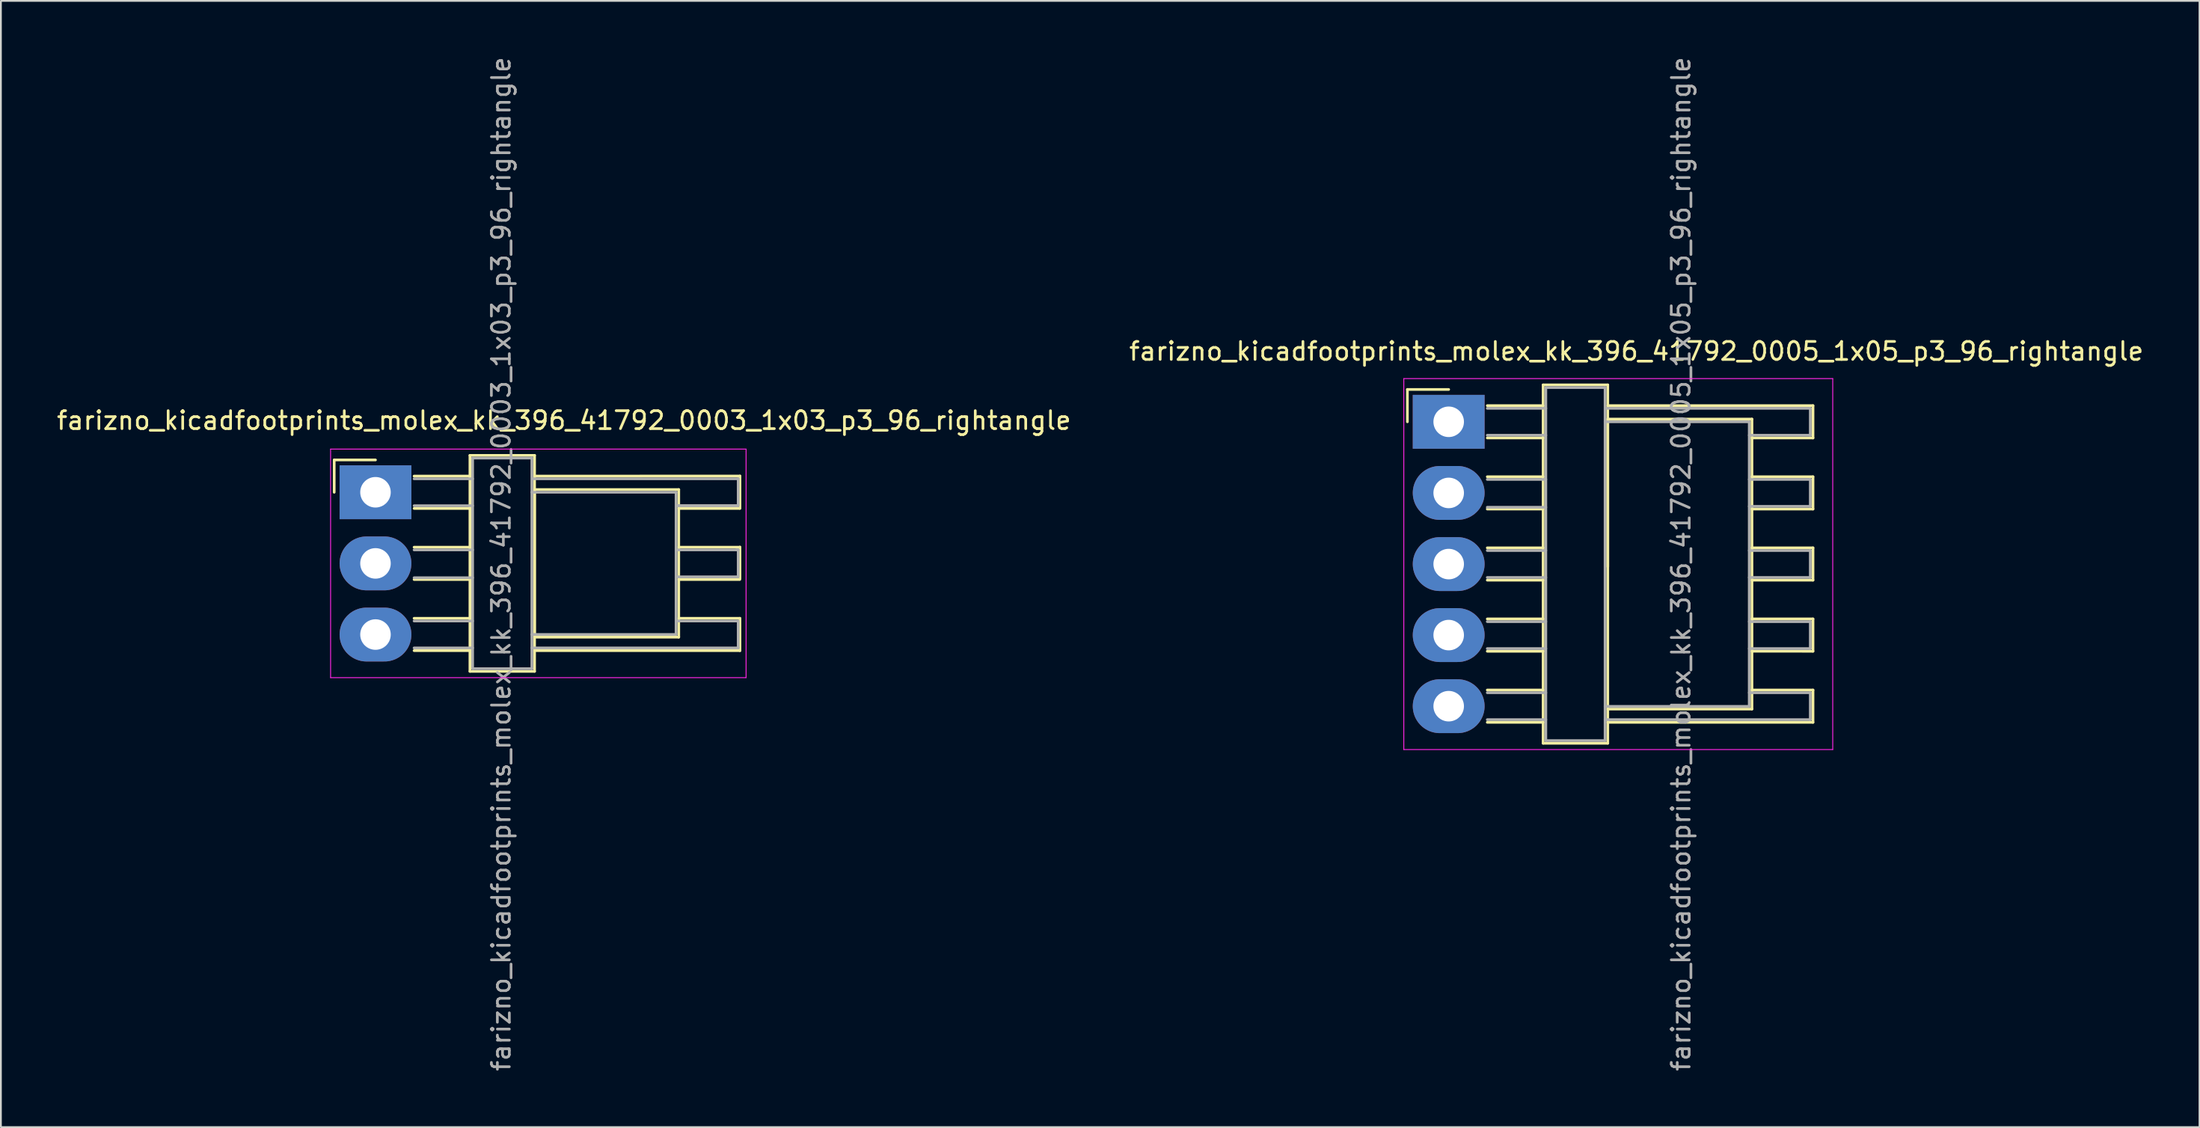
<source format=kicad_pcb>
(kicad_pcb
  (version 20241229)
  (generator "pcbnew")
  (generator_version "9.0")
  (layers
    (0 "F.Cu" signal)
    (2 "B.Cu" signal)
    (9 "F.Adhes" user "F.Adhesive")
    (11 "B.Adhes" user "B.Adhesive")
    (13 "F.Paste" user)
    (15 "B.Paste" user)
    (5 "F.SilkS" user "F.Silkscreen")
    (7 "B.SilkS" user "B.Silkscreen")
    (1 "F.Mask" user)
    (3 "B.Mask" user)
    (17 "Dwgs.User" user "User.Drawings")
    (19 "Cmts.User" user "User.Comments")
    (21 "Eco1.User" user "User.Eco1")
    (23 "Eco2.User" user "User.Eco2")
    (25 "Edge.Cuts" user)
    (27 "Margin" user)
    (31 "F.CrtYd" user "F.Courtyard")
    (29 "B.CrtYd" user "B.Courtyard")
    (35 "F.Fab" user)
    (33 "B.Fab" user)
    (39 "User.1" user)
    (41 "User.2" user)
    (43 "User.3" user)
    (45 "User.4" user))
  (footprint "farizno_kicadfootprints_molex_kk_396_41792_0005_1x05_p3_96_rightangle"
    (layer "F.Cu")
    (at 77.635 20.443)
    (property "Reference" "farizno_kicadfootprints_molex_kk_396_41792_0005_1x05_p3_96_rightangle" (at 10.454 -3.929 0) (layer "F.SilkS") (effects (font (size 1 1) (thickness 0.15))))
    (attr through_hole)
    (fp_line (start -2.3 -1.8) (end 0 -1.8) (stroke (width 0.15) (type solid)) (layer "F.SilkS"))
    (fp_line (start -2.3 0) (end -2.3 -1.8) (stroke (width 0.15) (type solid)) (layer "F.SilkS"))
    (fp_line (start 2.15 0.9) (end 5.26 0.9) (stroke (width 0.15) (type solid)) (layer "F.SilkS"))
    (fp_line (start 2.15 3.06) (end 5.26 3.06) (stroke (width 0.15) (type solid)) (layer "F.SilkS"))
    (fp_line (start 2.15 4.86) (end 5.26 4.86) (stroke (width 0.15) (type solid)) (layer "F.SilkS"))
    (fp_line (start 2.15 7.02) (end 5.26 7.02) (stroke (width 0.15) (type solid)) (layer "F.SilkS"))
    (fp_line (start 2.15 8.82) (end 5.26 8.82) (stroke (width 0.15) (type solid)) (layer "F.SilkS"))
    (fp_line (start 2.15 10.98) (end 5.26 10.98) (stroke (width 0.15) (type solid)) (layer "F.SilkS"))
    (fp_line (start 2.15 12.78) (end 5.26 12.78) (stroke (width 0.15) (type solid)) (layer "F.SilkS"))
    (fp_line (start 2.15 14.94) (end 5.26 14.94) (stroke (width 0.15) (type solid)) (layer "F.SilkS"))
    (fp_line (start 2.15 16.74) (end 5.26 16.74) (stroke (width 0.15) (type solid)) (layer "F.SilkS"))
    (fp_line (start 5.26 -2.055) (end 5.26 17.904) (stroke (width 0.15) (type solid)) (layer "F.SilkS"))
    (fp_line (start 5.26 -0.9) (end 2.15 -0.9) (stroke (width 0.15) (type solid)) (layer "F.SilkS"))
    (fp_line (start 8.86 -2.055) (end 5.26 -2.055) (stroke (width 0.15) (type solid)) (layer "F.SilkS"))
    (fp_line (start 8.86 -2.055) (end 8.86 17.904) (stroke (width 0.15) (type solid)) (layer "F.SilkS"))
    (fp_line (start 8.86 -0.9) (end 20.29 -0.9) (stroke (width 0.15) (type solid)) (layer "F.SilkS"))
    (fp_line (start 8.86 -0.15) (end 16.89 -0.15) (stroke (width 0.15) (type solid)) (layer "F.SilkS"))
    (fp_line (start 8.86 8.07) (end 8.86 -0.15) (stroke (width 0.15) (type solid)) (layer "F.SilkS"))
    (fp_line (start 8.86 17.905) (end 5.26 17.905) (stroke (width 0.15) (type solid)) (layer "F.SilkS"))
    (fp_line (start 16.89 -0.15) (end 16.891 15.999) (stroke (width 0.15) (type solid)) (layer "F.SilkS"))
    (fp_line (start 16.89 0.9) (end 20.29 0.9) (stroke (width 0.15) (type solid)) (layer "F.SilkS"))
    (fp_line (start 16.89 3.06) (end 20.29 3.06) (stroke (width 0.15) (type solid)) (layer "F.SilkS"))
    (fp_line (start 16.89 7.02) (end 20.29 7.02) (stroke (width 0.15) (type solid)) (layer "F.SilkS"))
    (fp_line (start 16.89 10.98) (end 20.29 10.98) (stroke (width 0.15) (type solid)) (layer "F.SilkS"))
    (fp_line (start 16.89 14.94) (end 20.29 14.94) (stroke (width 0.15) (type solid)) (layer "F.SilkS"))
    (fp_line (start 16.89 16) (end 8.86 16) (stroke (width 0.15) (type solid)) (layer "F.SilkS"))
    (fp_line (start 20.29 0.9) (end 20.29 -0.9) (stroke (width 0.15) (type solid)) (layer "F.SilkS"))
    (fp_line (start 20.29 3.06) (end 20.29 4.86) (stroke (width 0.15) (type solid)) (layer "F.SilkS"))
    (fp_line (start 20.29 4.86) (end 16.89 4.86) (stroke (width 0.15) (type solid)) (layer "F.SilkS"))
    (fp_line (start 20.29 7.02) (end 20.29 8.82) (stroke (width 0.15) (type solid)) (layer "F.SilkS"))
    (fp_line (start 20.29 8.82) (end 16.89 8.82) (stroke (width 0.15) (type solid)) (layer "F.SilkS"))
    (fp_line (start 20.29 10.98) (end 20.29 12.78) (stroke (width 0.15) (type solid)) (layer "F.SilkS"))
    (fp_line (start 20.29 12.78) (end 16.891 12.779) (stroke (width 0.15) (type solid)) (layer "F.SilkS"))
    (fp_line (start 20.29 14.94) (end 20.29 16.74) (stroke (width 0.15) (type solid)) (layer "F.SilkS"))
    (fp_line (start 20.29 16.74) (end 8.86 16.74) (stroke (width 0.15) (type solid)) (layer "F.SilkS"))
    (fp_line (start -2.5 -2.405) (end 21.39 -2.405) (stroke (width 0.05) (type solid)) (layer "F.CrtYd"))
    (fp_line (start -2.5 18.255) (end -2.5 -2.405) (stroke (width 0.05) (type solid)) (layer "F.CrtYd"))
    (fp_line (start 21.39 -2.405) (end 21.39 18.255) (stroke (width 0.05) (type solid)) (layer "F.CrtYd"))
    (fp_line (start 21.39 18.255) (end -2.5 18.255) (stroke (width 0.05) (type solid)) (layer "F.CrtYd"))
    (fp_line (start 2.15 0.75) (end 5.41 0.75) (stroke (width 0.15) (type solid)) (layer "F.Fab"))
    (fp_line (start 2.15 3.21) (end 5.41 3.21) (stroke (width 0.15) (type solid)) (layer "F.Fab"))
    (fp_line (start 2.15 4.76) (end 5.41 4.76) (stroke (width 0.15) (type solid)) (layer "F.Fab"))
    (fp_line (start 2.15 7.17) (end 5.41 7.17) (stroke (width 0.15) (type solid)) (layer "F.Fab"))
    (fp_line (start 2.15 8.67) (end 5.41 8.67) (stroke (width 0.15) (type solid)) (layer "F.Fab"))
    (fp_line (start 2.15 11.13) (end 5.41 11.13) (stroke (width 0.15) (type solid)) (layer "F.Fab"))
    (fp_line (start 2.15 12.63) (end 5.41 12.63) (stroke (width 0.15) (type solid)) (layer "F.Fab"))
    (fp_line (start 2.15 15.09) (end 5.41 15.09) (stroke (width 0.15) (type solid)) (layer "F.Fab"))
    (fp_line (start 2.15 16.59) (end 5.41 16.59) (stroke (width 0.15) (type solid)) (layer "F.Fab"))
    (fp_line (start 5.41 -1.905) (end 5.41 17.755) (stroke (width 0.15) (type solid)) (layer "F.Fab"))
    (fp_line (start 5.41 -0.75) (end 2.15 -0.75) (stroke (width 0.15) (type solid)) (layer "F.Fab"))
    (fp_line (start 5.41 17.755) (end 8.71 17.755) (stroke (width 0.15) (type solid)) (layer "F.Fab"))
    (fp_line (start 8.71 17.755) (end 8.71 -1.905) (stroke (width 0.15) (type solid)) (layer "F.Fab"))
    (fp_line (start 8.71 -1.905) (end 5.41 -1.905) (stroke (width 0.15) (type solid)) (layer "F.Fab"))
    (fp_line (start 8.71 0) (end 16.74 0) (stroke (width 0.15) (type solid)) (layer "F.Fab"))
    (fp_line (start 8.71 16.59) (end 20.14 16.59) (stroke (width 0.15) (type solid)) (layer "F.Fab"))
    (fp_line (start 16.74 0) (end 16.739 15.85) (stroke (width 0.15) (type solid)) (layer "F.Fab"))
    (fp_line (start 16.74 0.75) (end 20.14 0.75) (stroke (width 0.15) (type solid)) (layer "F.Fab"))
    (fp_line (start 16.74 3.21) (end 20.14 3.21) (stroke (width 0.15) (type solid)) (layer "F.Fab"))
    (fp_line (start 16.74 4.71) (end 20.14 4.71) (stroke (width 0.15) (type solid)) (layer "F.Fab"))
    (fp_line (start 16.74 7.17) (end 20.14 7.17) (stroke (width 0.15) (type solid)) (layer "F.Fab"))
    (fp_line (start 16.74 8.67) (end 20.14 8.67) (stroke (width 0.15) (type solid)) (layer "F.Fab"))
    (fp_line (start 16.74 12.63) (end 20.14 12.63) (stroke (width 0.15) (type solid)) (layer "F.Fab"))
    (fp_line (start 16.74 15.85) (end 8.71 15.85) (stroke (width 0.15) (type solid)) (layer "F.Fab"))
    (fp_line (start 20.14 -0.75) (end 8.8 -0.75) (stroke (width 0.15) (type solid)) (layer "F.Fab"))
    (fp_line (start 20.14 -0.75) (end 20.14 0.75) (stroke (width 0.15) (type solid)) (layer "F.Fab"))
    (fp_line (start 20.14 3.21) (end 20.14 4.71) (stroke (width 0.15) (type solid)) (layer "F.Fab"))
    (fp_line (start 20.14 8.67) (end 20.14 7.17) (stroke (width 0.15) (type solid)) (layer "F.Fab"))
    (fp_line (start 20.14 11.13) (end 16.74 11.13) (stroke (width 0.15) (type solid)) (layer "F.Fab"))
    (fp_line (start 20.14 12.63) (end 20.14 11.13) (stroke (width 0.15) (type solid)) (layer "F.Fab"))
    (fp_line (start 20.14 15.09) (end 16.74 15.09) (stroke (width 0.15) (type solid)) (layer "F.Fab"))
    (fp_line (start 20.14 16.59) (end 20.14 15.09) (stroke (width 0.15) (type solid)) (layer "F.Fab"))
    (fp_text user "${REFERENCE}" (at 12.941 7.92 270) (layer "F.Fab") (effects (font (size 1 1) (thickness 0.15))))
    (pad "1" thru_hole rect (at 0 0 270) (size 3 4) (drill 1.7) (layers "*.Cu" "*.Mask"))
    (pad "2" thru_hole oval (at 0 3.962 270) (size 3 4) (drill 1.7) (layers "*.Cu" "*.Mask"))
    (pad "3" thru_hole oval (at 0 7.925 270) (size 3 4) (drill 1.7) (layers "*.Cu" "*.Mask"))
    (pad "4" thru_hole oval (at 0 11.88 270) (size 3 4) (drill 1.7) (layers "*.Cu" "*.Mask"))
    (pad "5" thru_hole oval (at 0 15.84 270) (size 3 4) (drill 1.7) (layers "*.Cu" "*.Mask")))
  (footprint "farizno_kicadfootprints_molex_kk_396_41792_0003_1x03_p3_96_rightangle"
    (layer "F.Cu")
    (at 17.863 24.368)
    (property "Reference" "farizno_kicadfootprints_molex_kk_396_41792_0003_1x03_p3_96_rightangle" (at 10.5 -4 0) (layer "F.SilkS") (effects (font (size 1 1) (thickness 0.15))))
    (attr through_hole)
    (fp_line (start -2.3 -1.8) (end 0 -1.8) (stroke (width 0.15) (type solid)) (layer "F.SilkS"))
    (fp_line (start -2.3 0) (end -2.3 -1.8) (stroke (width 0.15) (type solid)) (layer "F.SilkS"))
    (fp_line (start 2.15 0.9) (end 5.26 0.9) (stroke (width 0.15) (type solid)) (layer "F.SilkS"))
    (fp_line (start 2.15 3.06) (end 5.26 3.06) (stroke (width 0.15) (type solid)) (layer "F.SilkS"))
    (fp_line (start 2.15 4.86) (end 5.26 4.86) (stroke (width 0.15) (type solid)) (layer "F.SilkS"))
    (fp_line (start 2.15 7.02) (end 5.26 7.02) (stroke (width 0.15) (type solid)) (layer "F.SilkS"))
    (fp_line (start 2.15 8.82) (end 5.26 8.82) (stroke (width 0.15) (type solid)) (layer "F.SilkS"))
    (fp_line (start 5.26 -2.055) (end 5.26 9.975) (stroke (width 0.15) (type solid)) (layer "F.SilkS"))
    (fp_line (start 5.26 -0.9) (end 2.15 -0.9) (stroke (width 0.15) (type solid)) (layer "F.SilkS"))
    (fp_line (start 5.26 9.975) (end 8.86 9.975) (stroke (width 0.15) (type solid)) (layer "F.SilkS"))
    (fp_line (start 8.86 -2.055) (end 5.26 -2.055) (stroke (width 0.15) (type solid)) (layer "F.SilkS"))
    (fp_line (start 8.86 -0.9) (end 20.3 -0.905) (stroke (width 0.15) (type solid)) (layer "F.SilkS"))
    (fp_line (start 8.86 -0.15) (end 16.89 -0.15) (stroke (width 0.15) (type solid)) (layer "F.SilkS"))
    (fp_line (start 8.86 8.07) (end 8.86 -0.15) (stroke (width 0.15) (type solid)) (layer "F.SilkS"))
    (fp_line (start 8.86 8.82) (end 20.3 8.82) (stroke (width 0.15) (type solid)) (layer "F.SilkS"))
    (fp_line (start 8.86 9.975) (end 8.86 -2.055) (stroke (width 0.15) (type solid)) (layer "F.SilkS"))
    (fp_line (start 16.89 -0.15) (end 16.89 8.07) (stroke (width 0.15) (type solid)) (layer "F.SilkS"))
    (fp_line (start 16.89 0.9) (end 20.29 0.9) (stroke (width 0.15) (type solid)) (layer "F.SilkS"))
    (fp_line (start 16.89 3.06) (end 20.29 3.06) (stroke (width 0.15) (type solid)) (layer "F.SilkS"))
    (fp_line (start 16.89 4.86) (end 20.29 4.86) (stroke (width 0.15) (type solid)) (layer "F.SilkS"))
    (fp_line (start 16.89 7.02) (end 20.29 7.02) (stroke (width 0.15) (type solid)) (layer "F.SilkS"))
    (fp_line (start 16.89 8.07) (end 8.86 8.07) (stroke (width 0.15) (type solid)) (layer "F.SilkS"))
    (fp_line (start 20.3 -0.905) (end 20.3 0.895) (stroke (width 0.15) (type solid)) (layer "F.SilkS"))
    (fp_line (start 20.3 4.81) (end 20.3 3.05) (stroke (width 0.15) (type solid)) (layer "F.SilkS"))
    (fp_line (start 20.3 8.82) (end 20.3 7.02) (stroke (width 0.15) (type solid)) (layer "F.SilkS"))
    (fp_line (start -2.5 -2.405) (end 20.64 -2.405) (stroke (width 0.05) (type solid)) (layer "F.CrtYd"))
    (fp_line (start -2.5 10.325) (end -2.5 -2.405) (stroke (width 0.05) (type solid)) (layer "F.CrtYd"))
    (fp_line (start 20.64 -2.405) (end 20.64 10.325) (stroke (width 0.05) (type solid)) (layer "F.CrtYd"))
    (fp_line (start 20.64 10.325) (end -2.5 10.325) (stroke (width 0.05) (type solid)) (layer "F.CrtYd"))
    (fp_line (start 2.15 0.75) (end 5.41 0.75) (stroke (width 0.15) (type solid)) (layer "F.Fab"))
    (fp_line (start 2.15 3.21) (end 5.41 3.21) (stroke (width 0.15) (type solid)) (layer "F.Fab"))
    (fp_line (start 2.15 4.76) (end 5.41 4.76) (stroke (width 0.15) (type solid)) (layer "F.Fab"))
    (fp_line (start 2.15 7.17) (end 5.41 7.17) (stroke (width 0.15) (type solid)) (layer "F.Fab"))
    (fp_line (start 2.15 8.67) (end 5.41 8.67) (stroke (width 0.15) (type solid)) (layer "F.Fab"))
    (fp_line (start 5.41 -1.905) (end 5.41 9.825) (stroke (width 0.15) (type solid)) (layer "F.Fab"))
    (fp_line (start 5.41 -0.75) (end 2.15 -0.75) (stroke (width 0.15) (type solid)) (layer "F.Fab"))
    (fp_line (start 5.41 9.825) (end 8.71 9.825) (stroke (width 0.15) (type solid)) (layer "F.Fab"))
    (fp_line (start 8.71 -1.905) (end 5.41 -1.905) (stroke (width 0.15) (type solid)) (layer "F.Fab"))
    (fp_line (start 8.71 0) (end 16.74 0) (stroke (width 0.15) (type solid)) (layer "F.Fab"))
    (fp_line (start 8.71 8.67) (end 20.2 8.67) (stroke (width 0.15) (type solid)) (layer "F.Fab"))
    (fp_line (start 8.71 9.825) (end 8.71 -1.905) (stroke (width 0.15) (type solid)) (layer "F.Fab"))
    (fp_line (start 16.74 0) (end 16.74 7.92) (stroke (width 0.15) (type solid)) (layer "F.Fab"))
    (fp_line (start 16.74 0.75) (end 20.14 0.75) (stroke (width 0.15) (type solid)) (layer "F.Fab"))
    (fp_line (start 16.74 0.75) (end 20.14 0.75) (stroke (width 0.15) (type solid)) (layer "F.Fab"))
    (fp_line (start 16.74 3.21) (end 20.14 3.21) (stroke (width 0.15) (type solid)) (layer "F.Fab"))
    (fp_line (start 16.74 4.71) (end 20.14 4.71) (stroke (width 0.15) (type solid)) (layer "F.Fab"))
    (fp_line (start 16.74 7.17) (end 20.14 7.17) (stroke (width 0.15) (type solid)) (layer "F.Fab"))
    (fp_line (start 16.74 7.92) (end 8.71 7.92) (stroke (width 0.15) (type solid)) (layer "F.Fab"))
    (fp_line (start 20.2 -0.75) (end 8.8 -0.75) (stroke (width 0.15) (type solid)) (layer "F.Fab"))
    (fp_line (start 20.2 -0.75) (end 20.2 0.75) (stroke (width 0.15) (type solid)) (layer "F.Fab"))
    (fp_line (start 20.2 3.21) (end 20.1 3.21) (stroke (width 0.15) (type solid)) (layer "F.Fab"))
    (fp_line (start 20.2 4.71) (end 20.2 3.21) (stroke (width 0.15) (type solid)) (layer "F.Fab"))
    (fp_line (start 20.2 8.67) (end 20.2 7.17) (stroke (width 0.15) (type solid)) (layer "F.Fab"))
    (fp_text user "${REFERENCE}" (at 7 3.995 270) (layer "F.Fab") (effects (font (size 1 1) (thickness 0.15))))
    (pad "1" thru_hole rect (at 0 0 270) (size 3 4) (drill 1.7) (layers "*.Cu" "*.Mask"))
    (pad "2" thru_hole oval (at 0 3.962 270) (size 3 4) (drill 1.7) (layers "*.Cu" "*.Mask"))
    (pad "3" thru_hole oval (at 0 7.925 270) (size 3 4) (drill 1.7) (layers "*.Cu" "*.Mask")))
  (gr_rect
    (start -3 -3)
    (end 119.452 59.726)
    (stroke (width 0.1) (type default))
    (fill no)
    (layer "Edge.Cuts")))
</source>
